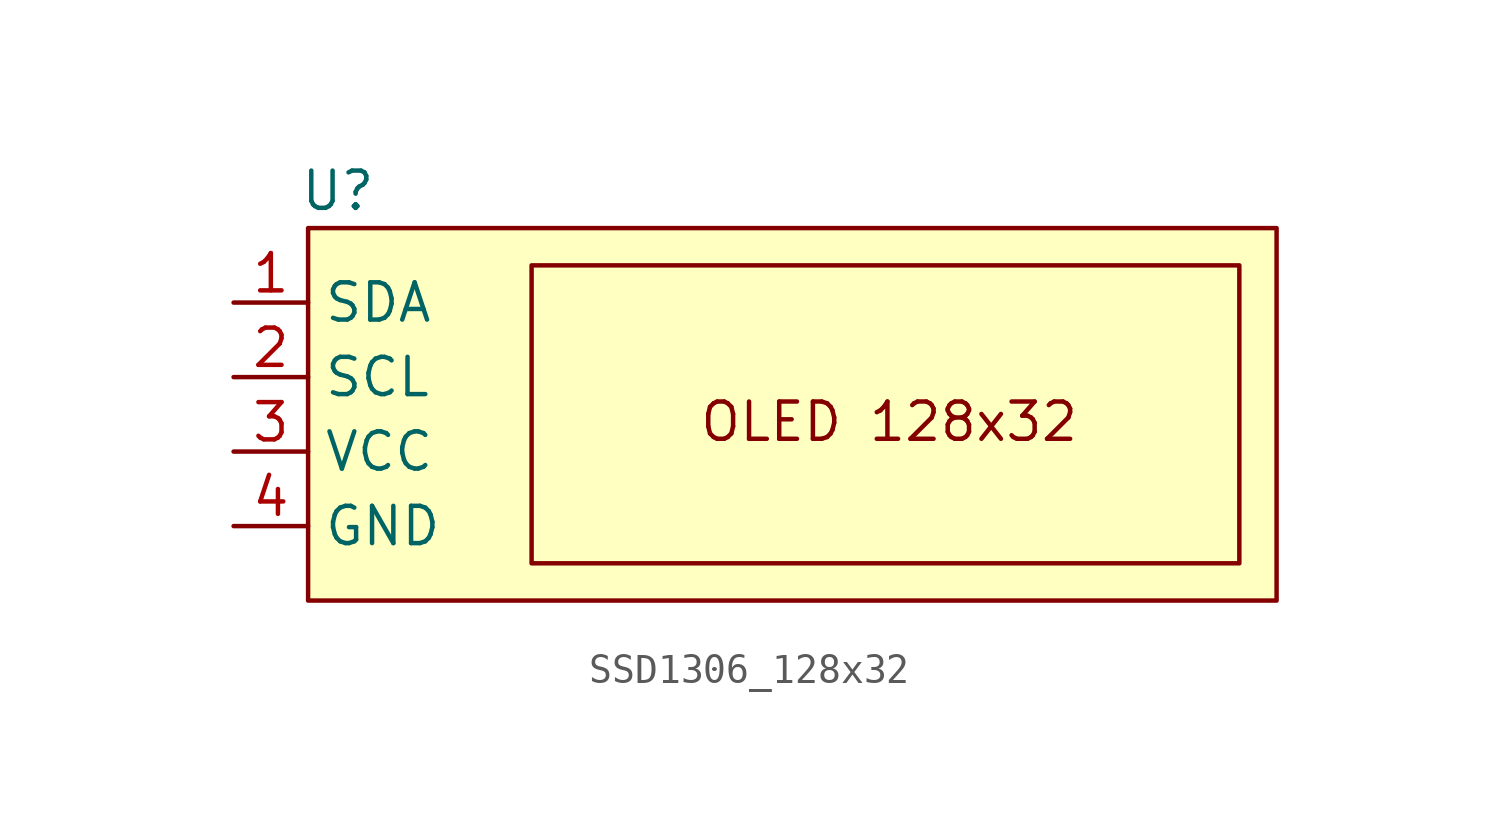
<source format=kicad_sym>
(kicad_symbol_lib
  (version 20241209)
  (generator "kicad_symbol_editor")
  (generator_version "9.0")
  (symbol "SSD1306_128x32"
    (property "Reference" "U"
      (at 1.016 10.16 0)
      (effects (font (size 1.27 1.27))))
    (property "Value" ""
      (at 0 0 0)
      (effects (font (size 1.27 1.27))))
    (symbol "SSD1306_128x32_1_1"
      (rectangle (start 0 8.89) (end 33.02 -3.81) (stroke (width 0) (type solid)) (fill (type color) (color 255 255 194 1)))
      (rectangle (start 7.62 7.62) (end 31.75 -2.54) (stroke (width 0) (type solid)) (fill (type background)))
      (text "OLED 128x32" (at 19.812 2.286 0) (effects (font (size 1.27 1.27))))
      (pin bidirectional line (at -2.54 6.35 0) (length 2.54) (name "SDA" (effects (font (size 1.27 1.27)))) (number "1" (effects (font (size 1.27 1.27)))))
      (pin input line (at -2.54 3.81 0) (length 2.54) (name "SCL" (effects (font (size 1.27 1.27)))) (number "2" (effects (font (size 1.27 1.27)))))
      (pin power_in line (at -2.54 1.27 0) (length 2.54) (name "VCC" (effects (font (size 1.27 1.27)))) (number "3" (effects (font (size 1.27 1.27)))))
      (pin power_in line (at -2.54 -1.27 0) (length 2.54) (name "GND" (effects (font (size 1.27 1.27)))) (number "4" (effects (font (size 1.27 1.27))))))))
</source>
